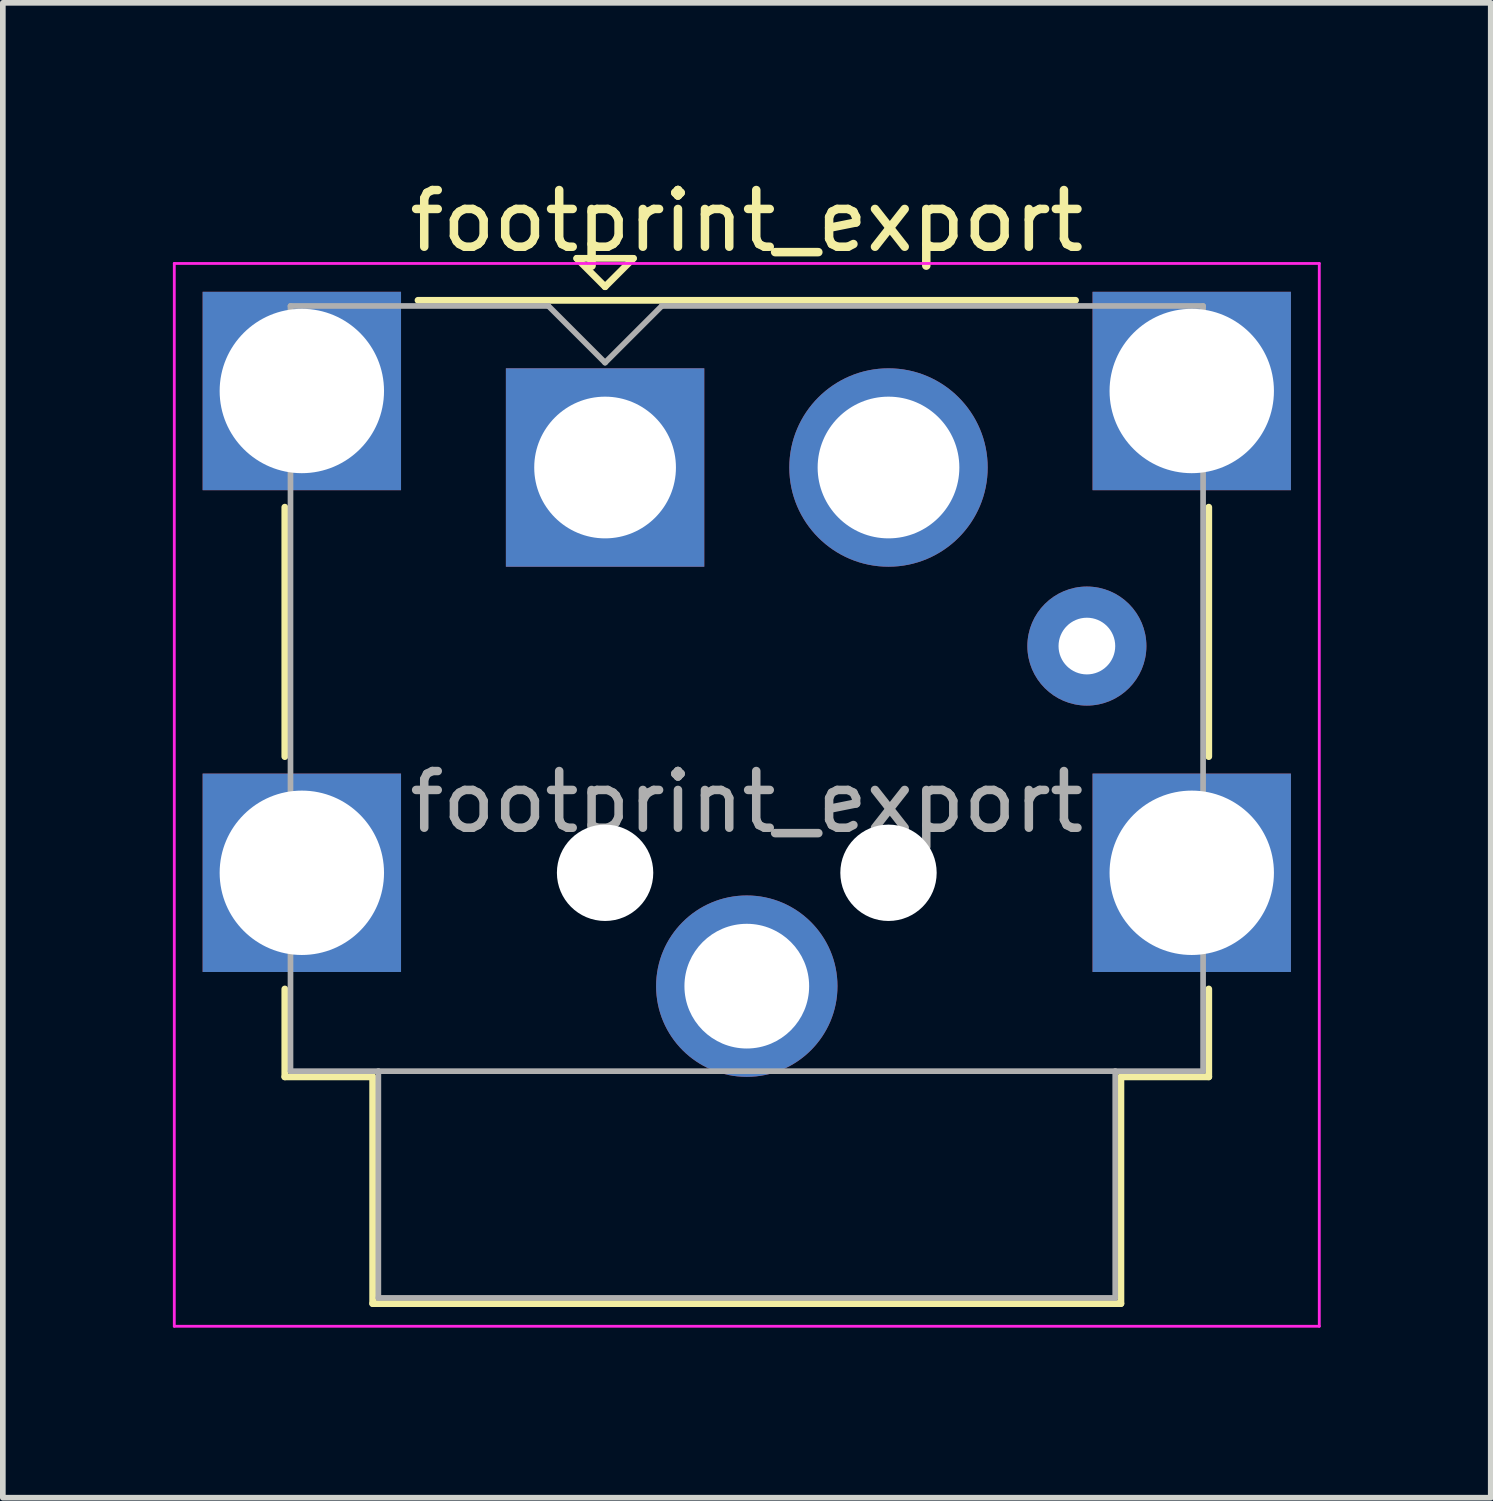
<source format=kicad_pcb>
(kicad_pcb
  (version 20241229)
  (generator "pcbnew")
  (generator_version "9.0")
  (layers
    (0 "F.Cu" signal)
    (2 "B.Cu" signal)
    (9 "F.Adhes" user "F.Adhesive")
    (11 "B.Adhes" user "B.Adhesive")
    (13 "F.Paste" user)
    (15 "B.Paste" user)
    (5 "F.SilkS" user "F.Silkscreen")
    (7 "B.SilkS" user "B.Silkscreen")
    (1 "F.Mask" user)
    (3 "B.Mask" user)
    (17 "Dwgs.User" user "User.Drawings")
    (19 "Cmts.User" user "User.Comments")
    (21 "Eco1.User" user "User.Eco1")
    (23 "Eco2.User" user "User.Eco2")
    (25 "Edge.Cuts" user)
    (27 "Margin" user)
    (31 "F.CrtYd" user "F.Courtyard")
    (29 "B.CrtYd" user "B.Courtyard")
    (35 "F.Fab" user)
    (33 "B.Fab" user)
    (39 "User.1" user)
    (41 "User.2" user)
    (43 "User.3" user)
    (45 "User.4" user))
  (footprint "footprint_export"
    (layer "F.Cu")
    (at 7.625 5.198)
    (property "Reference" "footprint_export" (at 2.5 -4.35 0) (layer "F.SilkS") (effects (font (size 1 1) (thickness 0.15))))
    (attr through_hole)
    (fp_line (start -5.65 5.1) (end -5.65 0.7) (stroke (width 0.12) (type solid)) (layer "F.SilkS"))
    (fp_line (start -5.65 10.75) (end -5.65 9.2) (stroke (width 0.12) (type solid)) (layer "F.SilkS"))
    (fp_line (start -4.1 10.75) (end -5.65 10.75) (stroke (width 0.12) (type solid)) (layer "F.SilkS"))
    (fp_line (start -4.1 14.75) (end -4.1 10.75) (stroke (width 0.12) (type solid)) (layer "F.SilkS"))
    (fp_line (start -3.3 -2.95) (end 8.3 -2.95) (stroke (width 0.12) (type solid)) (layer "F.SilkS"))
    (fp_line (start -0.5 -3.69) (end 0.5 -3.69) (stroke (width 0.12) (type solid)) (layer "F.SilkS"))
    (fp_line (start 0 -3.19) (end -0.5 -3.69) (stroke (width 0.12) (type solid)) (layer "F.SilkS"))
    (fp_line (start 0.5 -3.69) (end 0 -3.19) (stroke (width 0.12) (type solid)) (layer "F.SilkS"))
    (fp_line (start 9.1 10.75) (end 9.1 14.75) (stroke (width 0.12) (type solid)) (layer "F.SilkS"))
    (fp_line (start 9.1 14.75) (end -4.1 14.75) (stroke (width 0.12) (type solid)) (layer "F.SilkS"))
    (fp_line (start 10.65 0.7) (end 10.65 5.1) (stroke (width 0.12) (type solid)) (layer "F.SilkS"))
    (fp_line (start 10.65 9.2) (end 10.65 10.75) (stroke (width 0.12) (type solid)) (layer "F.SilkS"))
    (fp_line (start 10.65 10.75) (end 9.1 10.75) (stroke (width 0.12) (type solid)) (layer "F.SilkS"))
    (fp_line (start -7.6 -3.6) (end 12.6 -3.6) (stroke (width 0.05) (type solid)) (layer "F.CrtYd"))
    (fp_line (start -7.6 15.15) (end -7.6 -3.6) (stroke (width 0.05) (type solid)) (layer "F.CrtYd"))
    (fp_line (start 12.6 -3.6) (end 12.6 15.15) (stroke (width 0.05) (type solid)) (layer "F.CrtYd"))
    (fp_line (start 12.6 15.15) (end -7.6 15.15) (stroke (width 0.05) (type solid)) (layer "F.CrtYd"))
    (fp_line (start -5.55 -2.85) (end -1 -2.85) (stroke (width 0.1) (type solid)) (layer "F.Fab"))
    (fp_line (start -5.55 10.65) (end -5.55 -2.85) (stroke (width 0.1) (type solid)) (layer "F.Fab"))
    (fp_line (start -4 10.65) (end -5.55 10.65) (stroke (width 0.1) (type solid)) (layer "F.Fab"))
    (fp_line (start -4 10.65) (end 9 10.65) (stroke (width 0.1) (type solid)) (layer "F.Fab"))
    (fp_line (start -4 14.65) (end -4 10.65) (stroke (width 0.1) (type solid)) (layer "F.Fab"))
    (fp_line (start -1 -2.85) (end 0 -1.85) (stroke (width 0.1) (type solid)) (layer "F.Fab"))
    (fp_line (start 0 -1.85) (end 1 -2.85) (stroke (width 0.1) (type solid)) (layer "F.Fab"))
    (fp_line (start 1 -2.85) (end 10.55 -2.85) (stroke (width 0.1) (type solid)) (layer "F.Fab"))
    (fp_line (start 9 10.65) (end 9 14.65) (stroke (width 0.1) (type solid)) (layer "F.Fab"))
    (fp_line (start 9 14.65) (end -4 14.65) (stroke (width 0.1) (type solid)) (layer "F.Fab"))
    (fp_line (start 10.55 -2.85) (end 10.55 10.65) (stroke (width 0.1) (type solid)) (layer "F.Fab"))
    (fp_line (start 10.55 10.65) (end 9 10.65) (stroke (width 0.1) (type solid)) (layer "F.Fab"))
    (fp_text user "${REFERENCE}" (at 2.5 5.9 0) (layer "F.Fab") (effects (font (size 1 1) (thickness 0.15))))
    (pad "" np_thru_hole circle (at 0 7.15) (size 1.7 1.7) (drill 1.7) (layers "*.Cu" "*.Mask"))
    (pad "" np_thru_hole circle (at 5 7.15) (size 1.7 1.7) (drill 1.7) (layers "*.Cu" "*.Mask"))
    (pad "1" thru_hole rect (at 0 0) (size 3.5 3.5) (drill 2.5) (layers "*.Cu" "*.Mask"))
    (pad "2" thru_hole circle (at 5 0) (size 3.5 3.5) (drill 2.5) (layers "*.Cu" "*.Mask"))
    (pad "3" thru_hole circle (at 8.5 3.15) (size 2.1 2.1) (drill 1) (layers "*.Cu" "*.Mask"))
    (pad "4" thru_hole circle (at 2.5 9.15) (size 3.2 3.2) (drill 2.2) (layers "*.Cu" "*.Mask"))
    (pad "SH" thru_hole rect (at -5.35 -1.35) (size 3.5 3.5) (drill 2.9) (layers "*.Cu" "*.Mask"))
    (pad "SH" thru_hole rect (at -5.35 7.15) (size 3.5 3.5) (drill 2.9) (layers "*.Cu" "*.Mask"))
    (pad "SH" thru_hole rect (at 10.35 -1.35) (size 3.5 3.5) (drill 2.9) (layers "*.Cu" "*.Mask"))
    (pad "SH" thru_hole rect (at 10.35 7.15) (size 3.5 3.5) (drill 2.9) (layers "*.Cu" "*.Mask")))
  (gr_rect
    (start -3 -3)
    (end 23.25 23.373)
    (stroke (width 0.1) (type default))
    (fill no)
    (layer "Edge.Cuts")))
</source>
